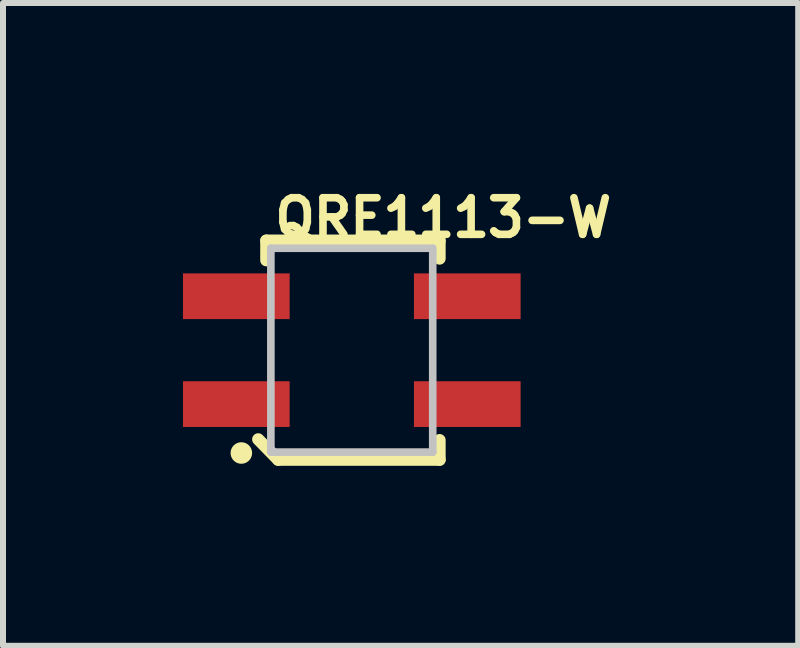
<source format=kicad_pcb>
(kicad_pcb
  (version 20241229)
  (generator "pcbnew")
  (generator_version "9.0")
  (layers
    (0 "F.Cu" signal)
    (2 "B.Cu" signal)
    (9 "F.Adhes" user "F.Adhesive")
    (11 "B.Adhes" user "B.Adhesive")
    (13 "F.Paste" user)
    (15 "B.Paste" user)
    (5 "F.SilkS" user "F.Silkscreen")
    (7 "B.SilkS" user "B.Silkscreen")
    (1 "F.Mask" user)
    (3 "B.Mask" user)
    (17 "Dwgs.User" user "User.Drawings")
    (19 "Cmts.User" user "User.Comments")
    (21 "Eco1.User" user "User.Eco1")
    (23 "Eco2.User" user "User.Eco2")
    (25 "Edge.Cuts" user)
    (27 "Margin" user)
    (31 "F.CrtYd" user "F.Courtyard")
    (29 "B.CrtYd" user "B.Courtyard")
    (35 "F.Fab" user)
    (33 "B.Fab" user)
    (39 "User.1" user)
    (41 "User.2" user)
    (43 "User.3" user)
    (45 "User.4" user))
  (footprint "QRE1113-W"
    (layer "F.Cu")
    (at 2.814 2.787)
    (property "Reference" "QRE1113-W" (at 1.524 -2.207 0) (layer "F.SilkS") (effects (font (size 0.61 0.61) (thickness 0.127))))
    (attr smd)
    (fp_line (start -1.56 1.486) (end -1.227 1.826) (stroke (width 0.203) (type solid)) (layer "F.SilkS"))
    (fp_line (start -1.425 -1.826) (end 1.463 -1.826) (stroke (width 0.203) (type solid)) (layer "F.SilkS"))
    (fp_line (start -1.425 -1.499) (end -1.425 -1.826) (stroke (width 0.203) (type solid)) (layer "F.SilkS"))
    (fp_line (start -1.227 1.826) (end 1.463 1.826) (stroke (width 0.203) (type solid)) (layer "F.SilkS"))
    (fp_line (start 1.463 -1.826) (end 1.463 -1.527) (stroke (width 0.203) (type solid)) (layer "F.SilkS"))
    (fp_line (start 1.463 1.826) (end 1.463 1.499) (stroke (width 0.203) (type solid)) (layer "F.SilkS"))
    (fp_circle (center -1.841 1.714) (end -1.968 1.841) (stroke (width 0) (type solid)) (fill yes) (layer "F.SilkS"))
    (fp_line (start -1.349 -1.699) (end -1.349 1.699) (stroke (width 0.127) (type solid)) (layer "Dwgs.User"))
    (fp_line (start -1.349 1.699) (end 1.349 1.699) (stroke (width 0.127) (type solid)) (layer "Dwgs.User"))
    (fp_line (start 1.349 -1.699) (end -1.349 -1.699) (stroke (width 0.127) (type solid)) (layer "Dwgs.User"))
    (fp_line (start 1.349 1.699) (end 1.349 -1.699) (stroke (width 0.127) (type solid)) (layer "Dwgs.User"))
    (pad "1" smd rect (at -1.925 0.899) (size 1.778 0.762) (layers "F.Cu" "F.Mask" "F.Paste"))
    (pad "2" smd rect (at 1.925 0.899) (size 1.778 0.762) (layers "F.Cu" "F.Mask" "F.Paste"))
    (pad "3" smd rect (at 1.925 -0.899) (size 1.778 0.762) (layers "F.Cu" "F.Mask" "F.Paste"))
    (pad "4" smd rect (at -1.925 -0.899) (size 1.778 0.762) (layers "F.Cu" "F.Mask" "F.Paste")))
  (gr_rect
    (start -3 -3)
    (end 10.255 7.715)
    (stroke (width 0.1) (type default))
    (fill no)
    (layer "Edge.Cuts")))
</source>
